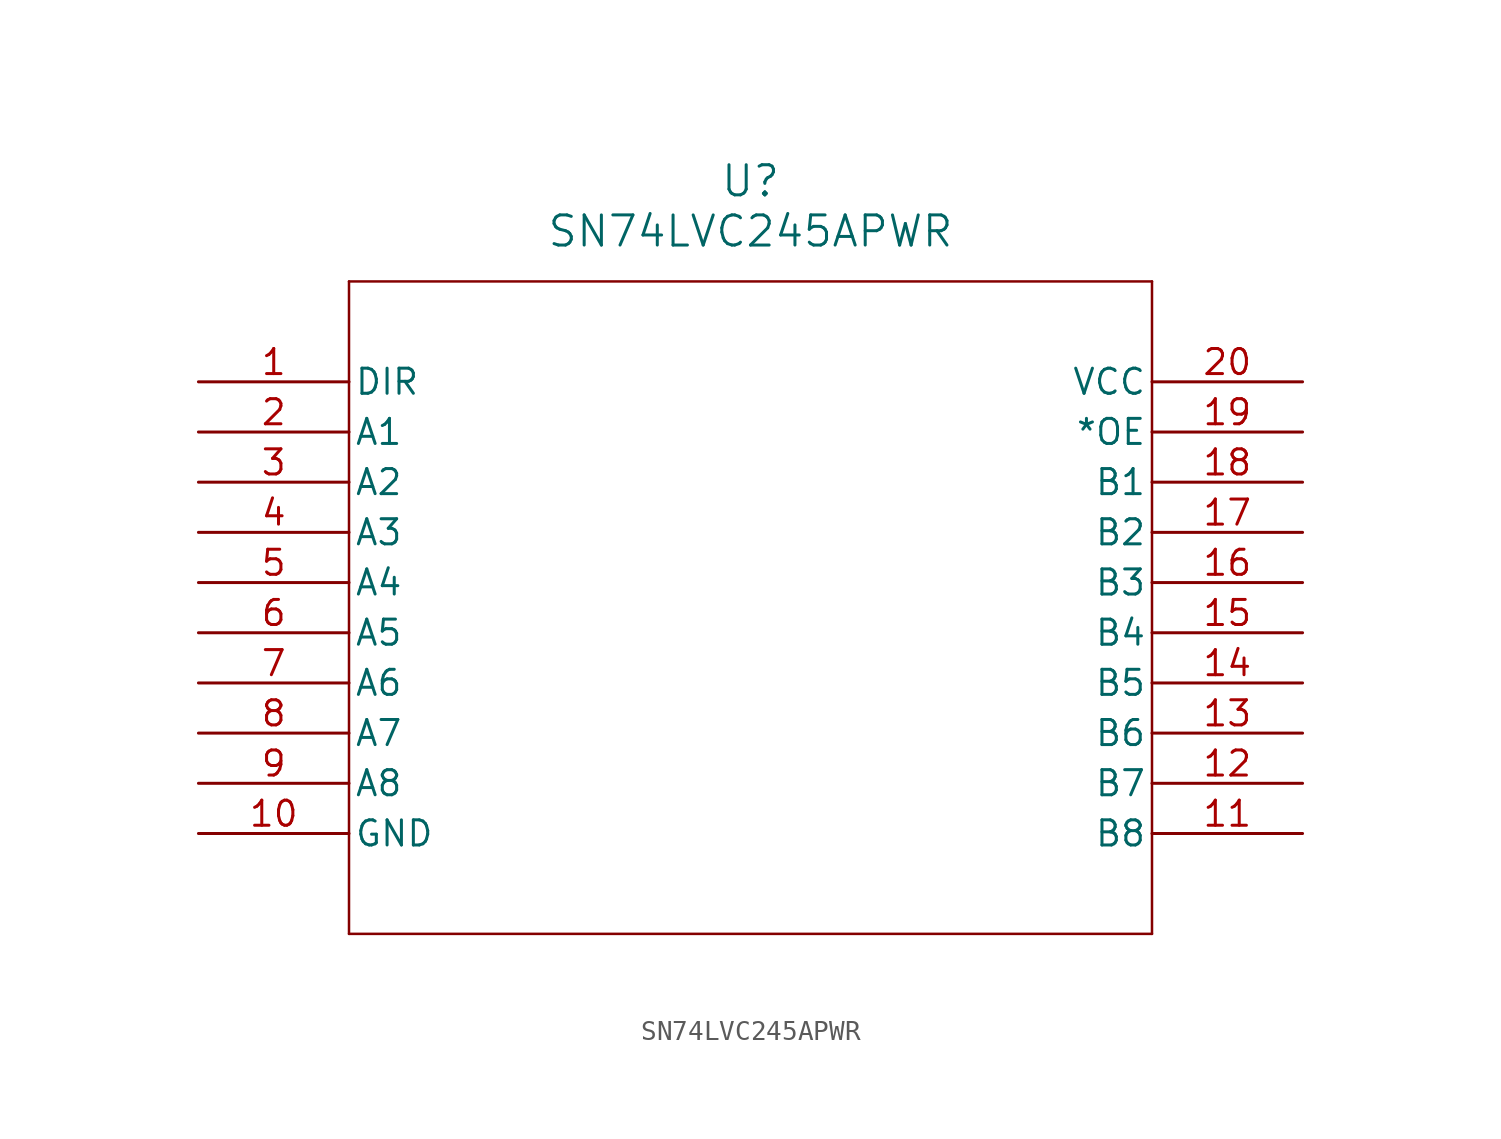
<source format=kicad_sym>
(kicad_symbol_lib
  (version 20211014)
  (generator kicad_symbol_editor)
  (symbol "SN74LVC245APWR"
    (pin_names
      (offset 0.254))
    (property "Reference" "U"
      (at 27.94 10.16 0)
      (effects (font (size 1.524 1.524))))
    (property "Value" "SN74LVC245APWR"
      (at 27.94 7.62 0)
      (effects (font (size 1.524 1.524))))
    (symbol "SN74LVC245APWR_0_1"
      (polyline (pts (xy 7.62 5.08) (xy 7.62 -27.94)) (stroke (width 0.127) (type default) (color 0 0 0 0)) (fill (type none)))
      (polyline (pts (xy 7.62 -27.94) (xy 48.26 -27.94)) (stroke (width 0.127) (type default) (color 0 0 0 0)) (fill (type none)))
      (polyline (pts (xy 48.26 -27.94) (xy 48.26 5.08)) (stroke (width 0.127) (type default) (color 0 0 0 0)) (fill (type none)))
      (polyline (pts (xy 48.26 5.08) (xy 7.62 5.08)) (stroke (width 0.127) (type default) (color 0 0 0 0)) (fill (type none)))
      (pin input line (at 0 0 0) (length 7.62) (name "DIR" (effects (font (size 1.27 1.27)))) (number "1" (effects (font (size 1.27 1.27)))))
      (pin bidirectional line (at 0 -2.54 0) (length 7.62) (name "A1" (effects (font (size 1.27 1.27)))) (number "2" (effects (font (size 1.27 1.27)))))
      (pin bidirectional line (at 0 -5.08 0) (length 7.62) (name "A2" (effects (font (size 1.27 1.27)))) (number "3" (effects (font (size 1.27 1.27)))))
      (pin bidirectional line (at 0 -7.62 0) (length 7.62) (name "A3" (effects (font (size 1.27 1.27)))) (number "4" (effects (font (size 1.27 1.27)))))
      (pin bidirectional line (at 0 -10.16 0) (length 7.62) (name "A4" (effects (font (size 1.27 1.27)))) (number "5" (effects (font (size 1.27 1.27)))))
      (pin bidirectional line (at 0 -12.7 0) (length 7.62) (name "A5" (effects (font (size 1.27 1.27)))) (number "6" (effects (font (size 1.27 1.27)))))
      (pin bidirectional line (at 0 -15.24 0) (length 7.62) (name "A6" (effects (font (size 1.27 1.27)))) (number "7" (effects (font (size 1.27 1.27)))))
      (pin bidirectional line (at 0 -17.78 0) (length 7.62) (name "A7" (effects (font (size 1.27 1.27)))) (number "8" (effects (font (size 1.27 1.27)))))
      (pin bidirectional line (at 0 -20.32 0) (length 7.62) (name "A8" (effects (font (size 1.27 1.27)))) (number "9" (effects (font (size 1.27 1.27)))))
      (pin power_in line (at 0 -22.86 0) (length 7.62) (name "GND" (effects (font (size 1.27 1.27)))) (number "10" (effects (font (size 1.27 1.27)))))
      (pin bidirectional line (at 55.88 -22.86 180) (length 7.62) (name "B8" (effects (font (size 1.27 1.27)))) (number "11" (effects (font (size 1.27 1.27)))))
      (pin bidirectional line (at 55.88 -20.32 180) (length 7.62) (name "B7" (effects (font (size 1.27 1.27)))) (number "12" (effects (font (size 1.27 1.27)))))
      (pin bidirectional line (at 55.88 -17.78 180) (length 7.62) (name "B6" (effects (font (size 1.27 1.27)))) (number "13" (effects (font (size 1.27 1.27)))))
      (pin bidirectional line (at 55.88 -15.24 180) (length 7.62) (name "B5" (effects (font (size 1.27 1.27)))) (number "14" (effects (font (size 1.27 1.27)))))
      (pin bidirectional line (at 55.88 -12.7 180) (length 7.62) (name "B4" (effects (font (size 1.27 1.27)))) (number "15" (effects (font (size 1.27 1.27)))))
      (pin bidirectional line (at 55.88 -10.16 180) (length 7.62) (name "B3" (effects (font (size 1.27 1.27)))) (number "16" (effects (font (size 1.27 1.27)))))
      (pin bidirectional line (at 55.88 -7.62 180) (length 7.62) (name "B2" (effects (font (size 1.27 1.27)))) (number "17" (effects (font (size 1.27 1.27)))))
      (pin bidirectional line (at 55.88 -5.08 180) (length 7.62) (name "B1" (effects (font (size 1.27 1.27)))) (number "18" (effects (font (size 1.27 1.27)))))
      (pin input line (at 55.88 -2.54 180) (length 7.62) (name "*OE" (effects (font (size 1.27 1.27)))) (number "19" (effects (font (size 1.27 1.27)))))
      (pin power_in line (at 55.88 0 180) (length 7.62) (name "VCC" (effects (font (size 1.27 1.27)))) (number "20" (effects (font (size 1.27 1.27))))))))
</source>
